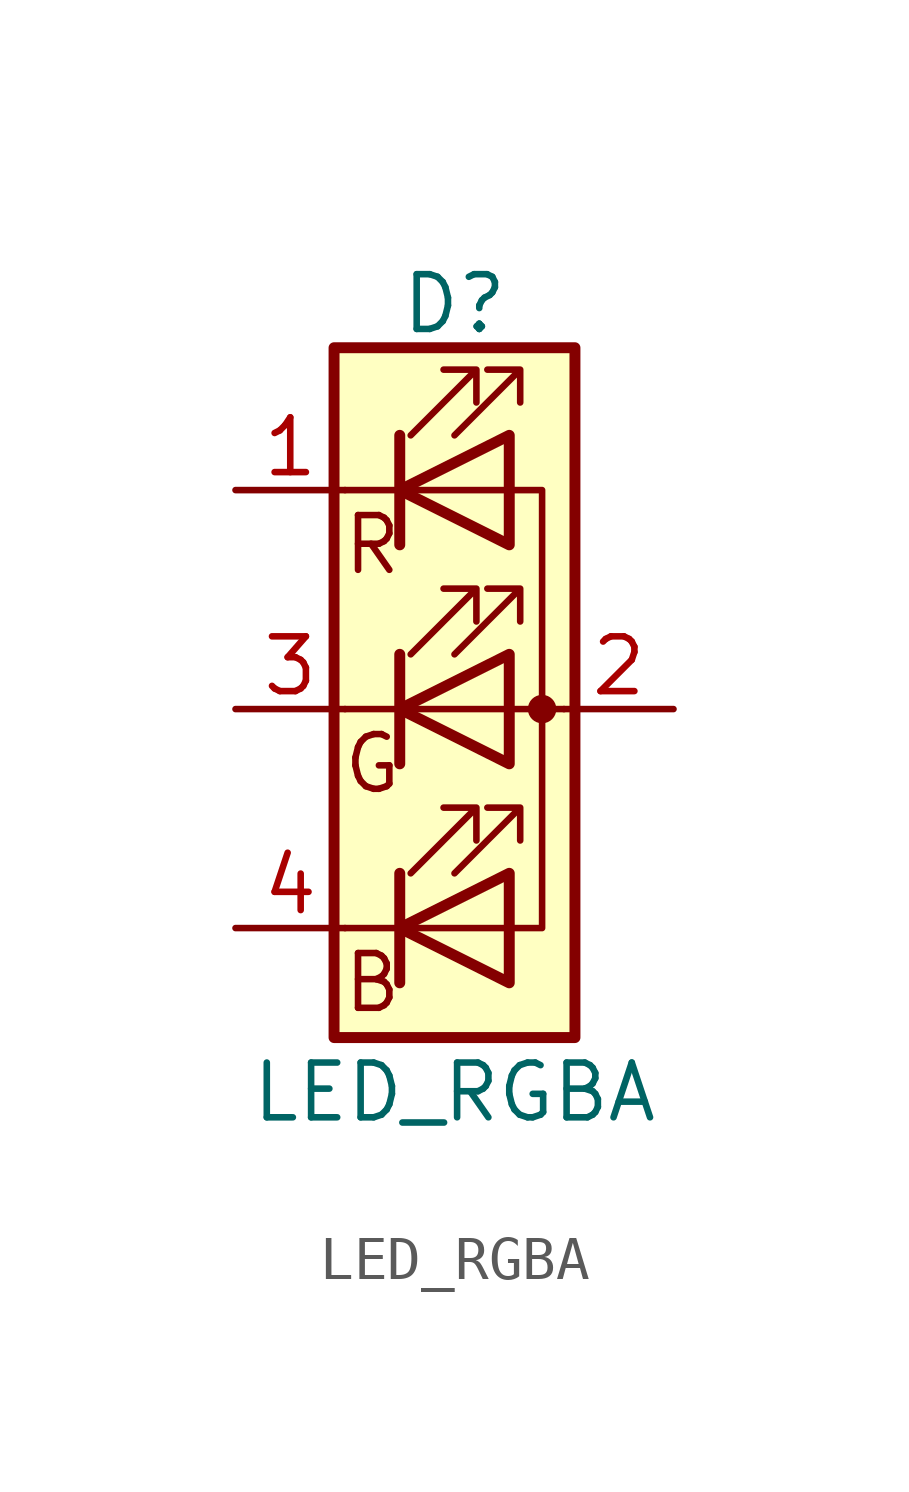
<source format=kicad_sym>
(kicad_symbol_lib
  (version 20220914)
  (generator kicad_symbol_editor)
  (symbol "LED_RGBA"
    (pin_names
      (offset 0) hide)
    (property "Reference" "D"
      (at 0 9.398 0)
      (effects (font (size 1.27 1.27))))
    (property "Value" "LED_RGBA"
      (at 0 -8.89 0)
      (effects (font (size 1.27 1.27))))
    (symbol "LED_RGBA_0_0"
      (text "B" (at -1.905 -6.35 0) (effects (font (size 1.27 1.27))))
      (text "G" (at -1.905 -1.27 0) (effects (font (size 1.27 1.27))))
      (text "R" (at -1.905 3.81 0) (effects (font (size 1.27 1.27)))))
    (symbol "LED_RGBA_0_1"
      (polyline (pts (xy -1.27 -5.08) (xy -2.54 -5.08)) (stroke (width 0) (type default)) (fill (type none)))
      (polyline (pts (xy -1.27 -5.08) (xy 1.27 -5.08)) (stroke (width 0) (type default)) (fill (type none)))
      (polyline (pts (xy -1.27 -3.81) (xy -1.27 -6.35)) (stroke (width 0.254) (type default)) (fill (type none)))
      (polyline (pts (xy -1.27 0) (xy -2.54 0)) (stroke (width 0) (type default)) (fill (type none)))
      (polyline (pts (xy -1.27 1.27) (xy -1.27 -1.27)) (stroke (width 0.254) (type default)) (fill (type none)))
      (polyline (pts (xy -1.27 5.08) (xy -2.54 5.08)) (stroke (width 0) (type default)) (fill (type none)))
      (polyline (pts (xy -1.27 5.08) (xy 1.27 5.08)) (stroke (width 0) (type default)) (fill (type none)))
      (polyline (pts (xy -1.27 6.35) (xy -1.27 3.81)) (stroke (width 0.254) (type default)) (fill (type none)))
      (polyline (pts (xy 1.27 0) (xy -1.27 0)) (stroke (width 0) (type default)) (fill (type none)))
      (polyline (pts (xy 1.27 0) (xy 2.54 0)) (stroke (width 0) (type default)) (fill (type none)))
      (polyline (pts (xy -1.27 1.27) (xy -1.27 -1.27) (xy -1.27 -1.27)) (stroke (width 0) (type default)) (fill (type none)))
      (polyline (pts (xy -1.27 6.35) (xy -1.27 3.81) (xy -1.27 3.81)) (stroke (width 0) (type default)) (fill (type none)))
      (polyline (pts (xy 1.27 -5.08) (xy 2.032 -5.08) (xy 2.032 5.08) (xy 1.27 5.08)) (stroke (width 0) (type default)) (fill (type none)))
      (polyline (pts (xy 1.27 -3.81) (xy 1.27 -6.35) (xy -1.27 -5.08) (xy 1.27 -3.81)) (stroke (width 0.254) (type default)) (fill (type none)))
      (polyline (pts (xy 1.27 1.27) (xy 1.27 -1.27) (xy -1.27 0) (xy 1.27 1.27)) (stroke (width 0.254) (type default)) (fill (type none)))
      (polyline (pts (xy 1.27 6.35) (xy 1.27 3.81) (xy -1.27 5.08) (xy 1.27 6.35)) (stroke (width 0.254) (type default)) (fill (type none)))
      (polyline (pts (xy -1.016 -3.81) (xy 0.508 -2.286) (xy -0.254 -2.286) (xy 0.508 -2.286) (xy 0.508 -3.048)) (stroke (width 0) (type default)) (fill (type none)))
      (polyline (pts (xy -1.016 1.27) (xy 0.508 2.794) (xy -0.254 2.794) (xy 0.508 2.794) (xy 0.508 2.032)) (stroke (width 0) (type default)) (fill (type none)))
      (polyline (pts (xy -1.016 6.35) (xy 0.508 7.874) (xy -0.254 7.874) (xy 0.508 7.874) (xy 0.508 7.112)) (stroke (width 0) (type default)) (fill (type none)))
      (polyline (pts (xy 0 -3.81) (xy 1.524 -2.286) (xy 0.762 -2.286) (xy 1.524 -2.286) (xy 1.524 -3.048)) (stroke (width 0) (type default)) (fill (type none)))
      (polyline (pts (xy 0 1.27) (xy 1.524 2.794) (xy 0.762 2.794) (xy 1.524 2.794) (xy 1.524 2.032)) (stroke (width 0) (type default)) (fill (type none)))
      (polyline (pts (xy 0 6.35) (xy 1.524 7.874) (xy 0.762 7.874) (xy 1.524 7.874) (xy 1.524 7.112)) (stroke (width 0) (type default)) (fill (type none)))
      (rectangle (start 1.27 -1.27) (end 1.27 1.27) (stroke (width 0) (type default)) (fill (type none)))
      (rectangle (start 1.27 1.27) (end 1.27 1.27) (stroke (width 0) (type default)) (fill (type none)))
      (rectangle (start 1.27 3.81) (end 1.27 6.35) (stroke (width 0) (type default)) (fill (type none)))
      (rectangle (start 1.27 6.35) (end 1.27 6.35) (stroke (width 0) (type default)) (fill (type none)))
      (circle (center 2.032 0) (radius 0.254) (stroke (width 0) (type default)) (fill (type outline)))
      (rectangle (start 2.794 8.382) (end -2.794 -7.62) (stroke (width 0.254) (type default)) (fill (type background))))
    (symbol "LED_RGBA_1_1"
      (pin passive line (at -5.08 5.08 0) (length 2.54) (name "RK" (effects (font (size 1.27 1.27)))) (number "1" (effects (font (size 1.27 1.27)))))
      (pin passive line (at 5.08 0 180) (length 2.54) (name "GK" (effects (font (size 1.27 1.27)))) (number "2" (effects (font (size 1.27 1.27)))))
      (pin passive line (at -5.08 0 0) (length 2.54) (name "BK" (effects (font (size 1.27 1.27)))) (number "3" (effects (font (size 1.27 1.27)))))
      (pin passive line (at -5.08 -5.08 0) (length 2.54) (name "A" (effects (font (size 1.27 1.27)))) (number "4" (effects (font (size 1.27 1.27))))))))
</source>
